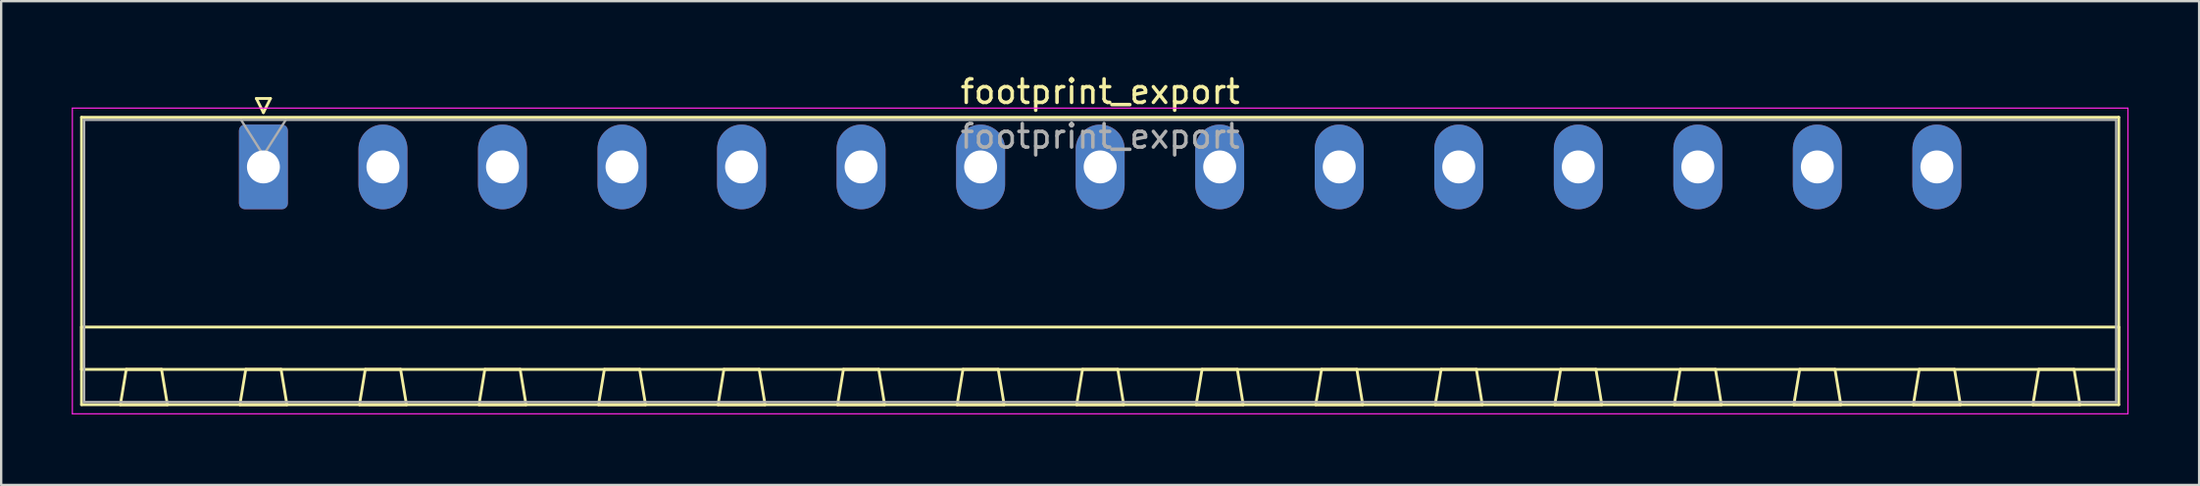
<source format=kicad_pcb>
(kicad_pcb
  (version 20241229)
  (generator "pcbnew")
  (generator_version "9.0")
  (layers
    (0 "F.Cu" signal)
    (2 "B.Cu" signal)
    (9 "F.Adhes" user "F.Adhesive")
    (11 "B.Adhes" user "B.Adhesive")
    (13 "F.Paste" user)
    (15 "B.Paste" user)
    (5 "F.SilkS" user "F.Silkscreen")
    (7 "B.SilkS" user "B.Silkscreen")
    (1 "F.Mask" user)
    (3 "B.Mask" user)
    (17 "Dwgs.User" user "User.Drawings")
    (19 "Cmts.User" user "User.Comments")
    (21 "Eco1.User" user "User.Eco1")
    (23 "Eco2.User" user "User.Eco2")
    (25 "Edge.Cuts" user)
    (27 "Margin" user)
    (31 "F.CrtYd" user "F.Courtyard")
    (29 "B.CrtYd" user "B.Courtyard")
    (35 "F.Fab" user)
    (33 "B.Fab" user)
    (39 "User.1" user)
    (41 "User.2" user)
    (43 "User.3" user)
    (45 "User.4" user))
  (footprint "footprint_export"
    (layer "F.Cu")
    (at 8.145 4.048)
    (property "Reference" "footprint_export" (at 35.56 -3.2 0) (layer "F.SilkS") (effects (font (size 1 1) (thickness 0.15))))
    (attr through_hole)
    (fp_line (start -7.73 -2.11) (end -7.73 10.11) (stroke (width 0.12) (type solid)) (layer "F.SilkS"))
    (fp_line (start -7.73 6.81) (end 78.85 6.81) (stroke (width 0.12) (type solid)) (layer "F.SilkS"))
    (fp_line (start -7.73 8.61) (end -7.73 6.81) (stroke (width 0.12) (type solid)) (layer "F.SilkS"))
    (fp_line (start -7.73 10.11) (end 78.85 10.11) (stroke (width 0.12) (type solid)) (layer "F.SilkS"))
    (fp_line (start -6.08 10.11) (end -4.08 10.11) (stroke (width 0.12) (type solid)) (layer "F.SilkS"))
    (fp_line (start -5.83 8.61) (end -6.08 10.11) (stroke (width 0.12) (type solid)) (layer "F.SilkS"))
    (fp_line (start -4.33 8.61) (end -5.83 8.61) (stroke (width 0.12) (type solid)) (layer "F.SilkS"))
    (fp_line (start -4.08 10.11) (end -4.33 8.61) (stroke (width 0.12) (type solid)) (layer "F.SilkS"))
    (fp_line (start -1 10.11) (end 1 10.11) (stroke (width 0.12) (type solid)) (layer "F.SilkS"))
    (fp_line (start -0.75 8.61) (end -1 10.11) (stroke (width 0.12) (type solid)) (layer "F.SilkS"))
    (fp_line (start -0.3 -2.91) (end 0.3 -2.91) (stroke (width 0.12) (type solid)) (layer "F.SilkS"))
    (fp_line (start 0 -2.31) (end -0.3 -2.91) (stroke (width 0.12) (type solid)) (layer "F.SilkS"))
    (fp_line (start 0.3 -2.91) (end 0 -2.31) (stroke (width 0.12) (type solid)) (layer "F.SilkS"))
    (fp_line (start 0.75 8.61) (end -0.75 8.61) (stroke (width 0.12) (type solid)) (layer "F.SilkS"))
    (fp_line (start 1 10.11) (end 0.75 8.61) (stroke (width 0.12) (type solid)) (layer "F.SilkS"))
    (fp_line (start 4.08 10.11) (end 6.08 10.11) (stroke (width 0.12) (type solid)) (layer "F.SilkS"))
    (fp_line (start 4.33 8.61) (end 4.08 10.11) (stroke (width 0.12) (type solid)) (layer "F.SilkS"))
    (fp_line (start 5.83 8.61) (end 4.33 8.61) (stroke (width 0.12) (type solid)) (layer "F.SilkS"))
    (fp_line (start 6.08 10.11) (end 5.83 8.61) (stroke (width 0.12) (type solid)) (layer "F.SilkS"))
    (fp_line (start 9.16 10.11) (end 11.16 10.11) (stroke (width 0.12) (type solid)) (layer "F.SilkS"))
    (fp_line (start 9.41 8.61) (end 9.16 10.11) (stroke (width 0.12) (type solid)) (layer "F.SilkS"))
    (fp_line (start 10.91 8.61) (end 9.41 8.61) (stroke (width 0.12) (type solid)) (layer "F.SilkS"))
    (fp_line (start 11.16 10.11) (end 10.91 8.61) (stroke (width 0.12) (type solid)) (layer "F.SilkS"))
    (fp_line (start 14.24 10.11) (end 16.24 10.11) (stroke (width 0.12) (type solid)) (layer "F.SilkS"))
    (fp_line (start 14.49 8.61) (end 14.24 10.11) (stroke (width 0.12) (type solid)) (layer "F.SilkS"))
    (fp_line (start 15.99 8.61) (end 14.49 8.61) (stroke (width 0.12) (type solid)) (layer "F.SilkS"))
    (fp_line (start 16.24 10.11) (end 15.99 8.61) (stroke (width 0.12) (type solid)) (layer "F.SilkS"))
    (fp_line (start 19.32 10.11) (end 21.32 10.11) (stroke (width 0.12) (type solid)) (layer "F.SilkS"))
    (fp_line (start 19.57 8.61) (end 19.32 10.11) (stroke (width 0.12) (type solid)) (layer "F.SilkS"))
    (fp_line (start 21.07 8.61) (end 19.57 8.61) (stroke (width 0.12) (type solid)) (layer "F.SilkS"))
    (fp_line (start 21.32 10.11) (end 21.07 8.61) (stroke (width 0.12) (type solid)) (layer "F.SilkS"))
    (fp_line (start 24.4 10.11) (end 26.4 10.11) (stroke (width 0.12) (type solid)) (layer "F.SilkS"))
    (fp_line (start 24.65 8.61) (end 24.4 10.11) (stroke (width 0.12) (type solid)) (layer "F.SilkS"))
    (fp_line (start 26.15 8.61) (end 24.65 8.61) (stroke (width 0.12) (type solid)) (layer "F.SilkS"))
    (fp_line (start 26.4 10.11) (end 26.15 8.61) (stroke (width 0.12) (type solid)) (layer "F.SilkS"))
    (fp_line (start 29.48 10.11) (end 31.48 10.11) (stroke (width 0.12) (type solid)) (layer "F.SilkS"))
    (fp_line (start 29.73 8.61) (end 29.48 10.11) (stroke (width 0.12) (type solid)) (layer "F.SilkS"))
    (fp_line (start 31.23 8.61) (end 29.73 8.61) (stroke (width 0.12) (type solid)) (layer "F.SilkS"))
    (fp_line (start 31.48 10.11) (end 31.23 8.61) (stroke (width 0.12) (type solid)) (layer "F.SilkS"))
    (fp_line (start 34.56 10.11) (end 36.56 10.11) (stroke (width 0.12) (type solid)) (layer "F.SilkS"))
    (fp_line (start 34.81 8.61) (end 34.56 10.11) (stroke (width 0.12) (type solid)) (layer "F.SilkS"))
    (fp_line (start 36.31 8.61) (end 34.81 8.61) (stroke (width 0.12) (type solid)) (layer "F.SilkS"))
    (fp_line (start 36.56 10.11) (end 36.31 8.61) (stroke (width 0.12) (type solid)) (layer "F.SilkS"))
    (fp_line (start 39.64 10.11) (end 41.64 10.11) (stroke (width 0.12) (type solid)) (layer "F.SilkS"))
    (fp_line (start 39.89 8.61) (end 39.64 10.11) (stroke (width 0.12) (type solid)) (layer "F.SilkS"))
    (fp_line (start 41.39 8.61) (end 39.89 8.61) (stroke (width 0.12) (type solid)) (layer "F.SilkS"))
    (fp_line (start 41.64 10.11) (end 41.39 8.61) (stroke (width 0.12) (type solid)) (layer "F.SilkS"))
    (fp_line (start 44.72 10.11) (end 46.72 10.11) (stroke (width 0.12) (type solid)) (layer "F.SilkS"))
    (fp_line (start 44.97 8.61) (end 44.72 10.11) (stroke (width 0.12) (type solid)) (layer "F.SilkS"))
    (fp_line (start 46.47 8.61) (end 44.97 8.61) (stroke (width 0.12) (type solid)) (layer "F.SilkS"))
    (fp_line (start 46.72 10.11) (end 46.47 8.61) (stroke (width 0.12) (type solid)) (layer "F.SilkS"))
    (fp_line (start 49.8 10.11) (end 51.8 10.11) (stroke (width 0.12) (type solid)) (layer "F.SilkS"))
    (fp_line (start 50.05 8.61) (end 49.8 10.11) (stroke (width 0.12) (type solid)) (layer "F.SilkS"))
    (fp_line (start 51.55 8.61) (end 50.05 8.61) (stroke (width 0.12) (type solid)) (layer "F.SilkS"))
    (fp_line (start 51.8 10.11) (end 51.55 8.61) (stroke (width 0.12) (type solid)) (layer "F.SilkS"))
    (fp_line (start 54.88 10.11) (end 56.88 10.11) (stroke (width 0.12) (type solid)) (layer "F.SilkS"))
    (fp_line (start 55.13 8.61) (end 54.88 10.11) (stroke (width 0.12) (type solid)) (layer "F.SilkS"))
    (fp_line (start 56.63 8.61) (end 55.13 8.61) (stroke (width 0.12) (type solid)) (layer "F.SilkS"))
    (fp_line (start 56.88 10.11) (end 56.63 8.61) (stroke (width 0.12) (type solid)) (layer "F.SilkS"))
    (fp_line (start 59.96 10.11) (end 61.96 10.11) (stroke (width 0.12) (type solid)) (layer "F.SilkS"))
    (fp_line (start 60.21 8.61) (end 59.96 10.11) (stroke (width 0.12) (type solid)) (layer "F.SilkS"))
    (fp_line (start 61.71 8.61) (end 60.21 8.61) (stroke (width 0.12) (type solid)) (layer "F.SilkS"))
    (fp_line (start 61.96 10.11) (end 61.71 8.61) (stroke (width 0.12) (type solid)) (layer "F.SilkS"))
    (fp_line (start 65.04 10.11) (end 67.04 10.11) (stroke (width 0.12) (type solid)) (layer "F.SilkS"))
    (fp_line (start 65.29 8.61) (end 65.04 10.11) (stroke (width 0.12) (type solid)) (layer "F.SilkS"))
    (fp_line (start 66.79 8.61) (end 65.29 8.61) (stroke (width 0.12) (type solid)) (layer "F.SilkS"))
    (fp_line (start 67.04 10.11) (end 66.79 8.61) (stroke (width 0.12) (type solid)) (layer "F.SilkS"))
    (fp_line (start 70.12 10.11) (end 72.12 10.11) (stroke (width 0.12) (type solid)) (layer "F.SilkS"))
    (fp_line (start 70.37 8.61) (end 70.12 10.11) (stroke (width 0.12) (type solid)) (layer "F.SilkS"))
    (fp_line (start 71.87 8.61) (end 70.37 8.61) (stroke (width 0.12) (type solid)) (layer "F.SilkS"))
    (fp_line (start 72.12 10.11) (end 71.87 8.61) (stroke (width 0.12) (type solid)) (layer "F.SilkS"))
    (fp_line (start 75.2 10.11) (end 77.2 10.11) (stroke (width 0.12) (type solid)) (layer "F.SilkS"))
    (fp_line (start 75.45 8.61) (end 75.2 10.11) (stroke (width 0.12) (type solid)) (layer "F.SilkS"))
    (fp_line (start 76.95 8.61) (end 75.45 8.61) (stroke (width 0.12) (type solid)) (layer "F.SilkS"))
    (fp_line (start 77.2 10.11) (end 76.95 8.61) (stroke (width 0.12) (type solid)) (layer "F.SilkS"))
    (fp_line (start 78.85 -2.11) (end -7.73 -2.11) (stroke (width 0.12) (type solid)) (layer "F.SilkS"))
    (fp_line (start 78.85 6.81) (end 78.85 8.61) (stroke (width 0.12) (type solid)) (layer "F.SilkS"))
    (fp_line (start 78.85 8.61) (end -7.73 8.61) (stroke (width 0.12) (type solid)) (layer "F.SilkS"))
    (fp_line (start 78.85 10.11) (end 78.85 -2.11) (stroke (width 0.12) (type solid)) (layer "F.SilkS"))
    (fp_line (start -8.12 -2.5) (end -8.12 10.5) (stroke (width 0.05) (type solid)) (layer "F.CrtYd"))
    (fp_line (start -8.12 10.5) (end 79.24 10.5) (stroke (width 0.05) (type solid)) (layer "F.CrtYd"))
    (fp_line (start 79.24 -2.5) (end -8.12 -2.5) (stroke (width 0.05) (type solid)) (layer "F.CrtYd"))
    (fp_line (start 79.24 10.5) (end 79.24 -2.5) (stroke (width 0.05) (type solid)) (layer "F.CrtYd"))
    (fp_line (start -7.62 -2) (end -7.62 10) (stroke (width 0.1) (type solid)) (layer "F.Fab"))
    (fp_line (start -7.62 10) (end 78.74 10) (stroke (width 0.1) (type solid)) (layer "F.Fab"))
    (fp_line (start 0 -0.5) (end -0.95 -2) (stroke (width 0.1) (type solid)) (layer "F.Fab"))
    (fp_line (start 0.95 -2) (end 0 -0.5) (stroke (width 0.1) (type solid)) (layer "F.Fab"))
    (fp_line (start 78.74 -2) (end -7.62 -2) (stroke (width 0.1) (type solid)) (layer "F.Fab"))
    (fp_line (start 78.74 10) (end 78.74 -2) (stroke (width 0.1) (type solid)) (layer "F.Fab"))
    (fp_text user "${REFERENCE}" (at 35.56 -1.3 0) (layer "F.Fab") (effects (font (size 1 1) (thickness 0.15))))
    (pad "1" thru_hole roundrect (at 0 0) (size 2.08 3.6) (drill 1.4) (layers "*.Cu" "*.Mask") (roundrect_rratio 0.12))
    (pad "2" thru_hole oval (at 5.08 0) (size 2.08 3.6) (drill 1.4) (layers "*.Cu" "*.Mask"))
    (pad "3" thru_hole oval (at 10.16 0) (size 2.08 3.6) (drill 1.4) (layers "*.Cu" "*.Mask"))
    (pad "4" thru_hole oval (at 15.24 0) (size 2.08 3.6) (drill 1.4) (layers "*.Cu" "*.Mask"))
    (pad "5" thru_hole oval (at 20.32 0) (size 2.08 3.6) (drill 1.4) (layers "*.Cu" "*.Mask"))
    (pad "6" thru_hole oval (at 25.4 0) (size 2.08 3.6) (drill 1.4) (layers "*.Cu" "*.Mask"))
    (pad "7" thru_hole oval (at 30.48 0) (size 2.08 3.6) (drill 1.4) (layers "*.Cu" "*.Mask"))
    (pad "8" thru_hole oval (at 35.56 0) (size 2.08 3.6) (drill 1.4) (layers "*.Cu" "*.Mask"))
    (pad "9" thru_hole oval (at 40.64 0) (size 2.08 3.6) (drill 1.4) (layers "*.Cu" "*.Mask"))
    (pad "10" thru_hole oval (at 45.72 0) (size 2.08 3.6) (drill 1.4) (layers "*.Cu" "*.Mask"))
    (pad "11" thru_hole oval (at 50.8 0) (size 2.08 3.6) (drill 1.4) (layers "*.Cu" "*.Mask"))
    (pad "12" thru_hole oval (at 55.88 0) (size 2.08 3.6) (drill 1.4) (layers "*.Cu" "*.Mask"))
    (pad "13" thru_hole oval (at 60.96 0) (size 2.08 3.6) (drill 1.4) (layers "*.Cu" "*.Mask"))
    (pad "14" thru_hole oval (at 66.04 0) (size 2.08 3.6) (drill 1.4) (layers "*.Cu" "*.Mask"))
    (pad "15" thru_hole oval (at 71.12 0) (size 2.08 3.6) (drill 1.4) (layers "*.Cu" "*.Mask")))
  (gr_rect
    (start -3 -3)
    (end 90.41 17.573)
    (stroke (width 0.1) (type default))
    (fill no)
    (layer "Edge.Cuts")))
</source>
